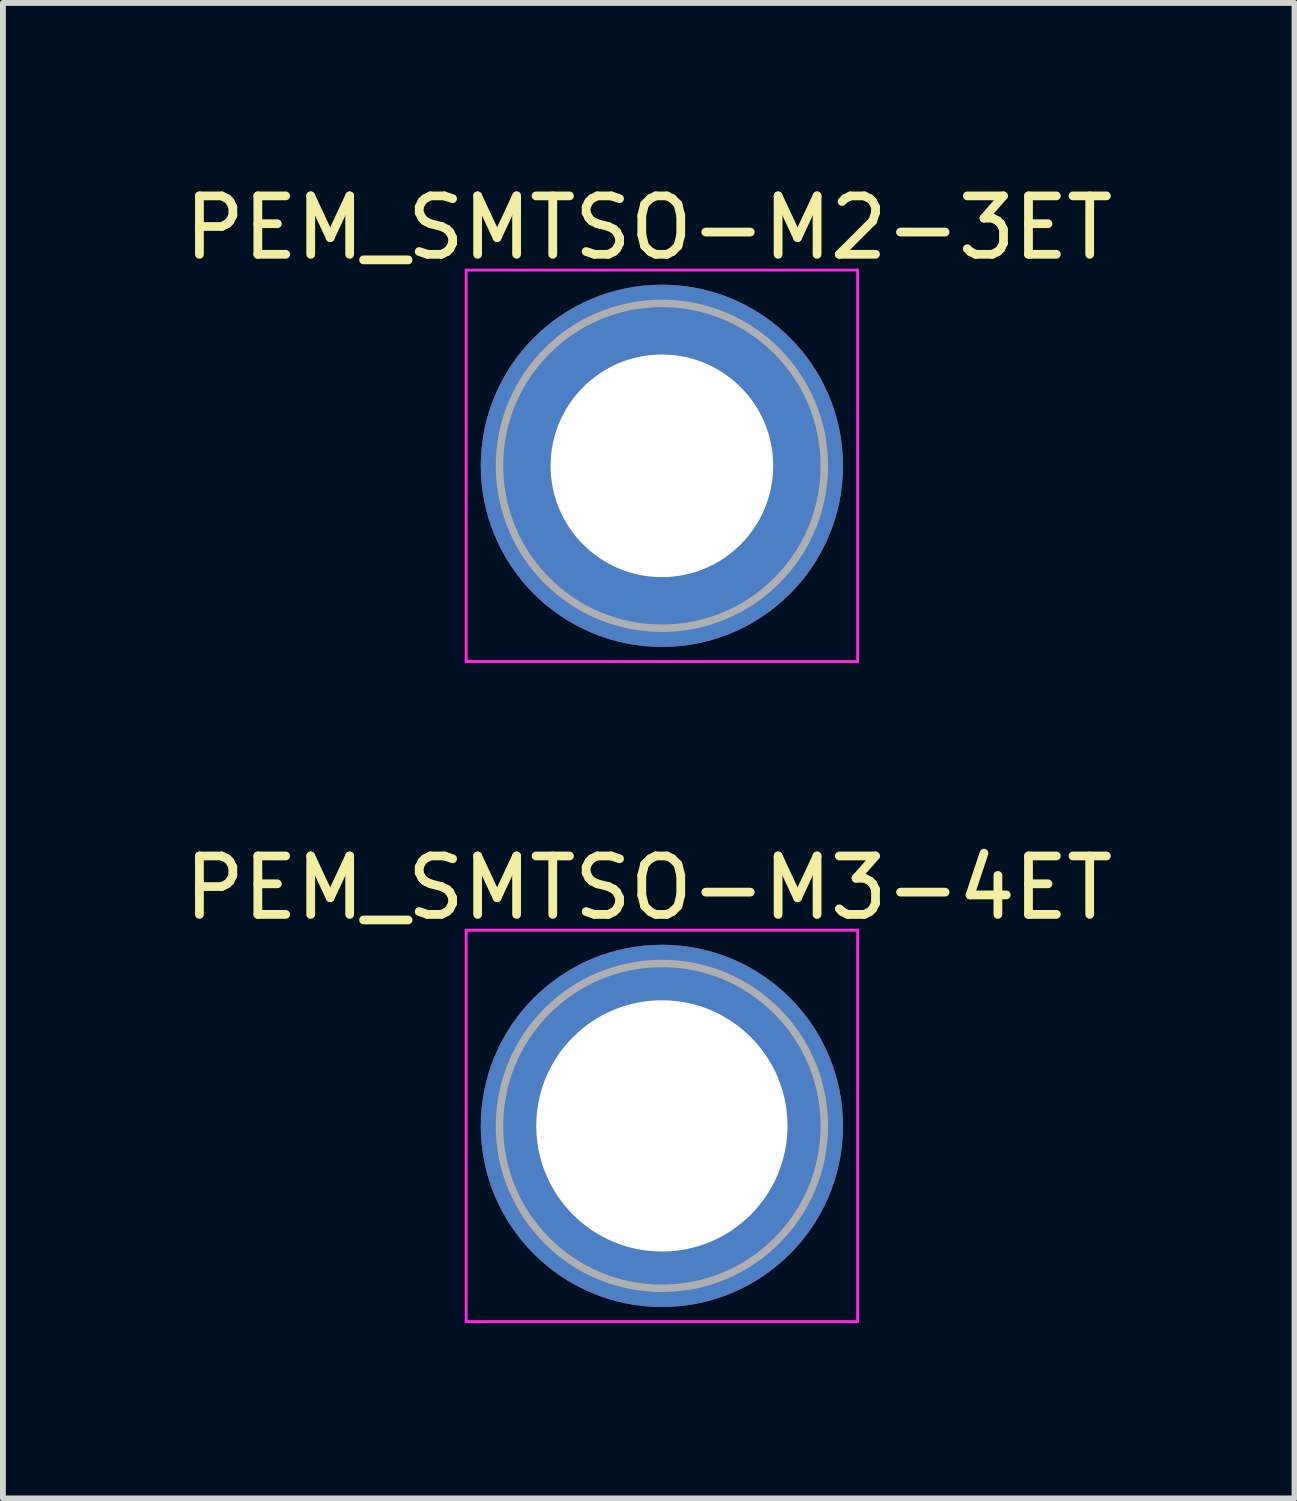
<source format=kicad_pcb>
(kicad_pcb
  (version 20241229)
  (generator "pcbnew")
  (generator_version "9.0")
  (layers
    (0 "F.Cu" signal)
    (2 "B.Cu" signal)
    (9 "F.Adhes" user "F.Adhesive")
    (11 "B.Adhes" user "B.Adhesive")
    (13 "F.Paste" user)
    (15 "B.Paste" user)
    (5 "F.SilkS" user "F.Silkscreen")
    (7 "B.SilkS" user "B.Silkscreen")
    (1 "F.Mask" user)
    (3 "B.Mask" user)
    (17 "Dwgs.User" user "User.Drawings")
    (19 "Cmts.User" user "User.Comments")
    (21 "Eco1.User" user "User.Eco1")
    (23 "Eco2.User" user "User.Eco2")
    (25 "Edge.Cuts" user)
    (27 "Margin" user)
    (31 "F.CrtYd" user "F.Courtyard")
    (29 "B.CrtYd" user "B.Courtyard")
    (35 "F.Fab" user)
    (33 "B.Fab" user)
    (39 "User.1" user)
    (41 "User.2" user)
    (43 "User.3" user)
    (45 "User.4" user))
  (footprint "PEM_SMTSO-M2-3ET"
    (layer "F.Cu")
    (at 8.279 4.923)
    (property "Reference" "PEM_SMTSO-M2-3ET" (at -0.225 -4.075 0) (layer "F.SilkS") (effects (font (size 1 1) (thickness 0.15))))
    (attr through_hole)
    (fp_circle (center -2.502 0) (end -2.204 0) (stroke (width 0.598) (type solid)) (fill no) (layer "F.Paste"))
    (fp_circle (center -1.77 -1.77) (end -1.471 -1.77) (stroke (width 0.598) (type solid)) (fill no) (layer "F.Paste"))
    (fp_circle (center -1.77 1.77) (end -1.471 1.77) (stroke (width 0.598) (type solid)) (fill no) (layer "F.Paste"))
    (fp_circle (center 0 -2.502) (end 0.299 -2.502) (stroke (width 0.598) (type solid)) (fill no) (layer "F.Paste"))
    (fp_circle (center 0 2.502) (end 0.299 2.502) (stroke (width 0.598) (type solid)) (fill no) (layer "F.Paste"))
    (fp_circle (center 1.77 -1.77) (end 2.068 -1.77) (stroke (width 0.598) (type solid)) (fill no) (layer "F.Paste"))
    (fp_circle (center 1.77 1.77) (end 2.068 1.77) (stroke (width 0.598) (type solid)) (fill no) (layer "F.Paste"))
    (fp_circle (center 2.502 0) (end 2.801 0) (stroke (width 0.598) (type solid)) (fill no) (layer "F.Paste"))
    (fp_line (start -3.35 -3.35) (end 3.35 -3.35) (stroke (width 0.05) (type solid)) (layer "F.CrtYd"))
    (fp_line (start -3.35 3.35) (end -3.35 -3.35) (stroke (width 0.05) (type solid)) (layer "F.CrtYd"))
    (fp_line (start 3.35 -3.35) (end 3.35 3.35) (stroke (width 0.05) (type solid)) (layer "F.CrtYd"))
    (fp_line (start 3.35 3.35) (end -3.35 3.35) (stroke (width 0.05) (type solid)) (layer "F.CrtYd"))
    (fp_circle (center 0 0) (end 2.78 0) (stroke (width 0.127) (type solid)) (fill no) (layer "F.Fab"))
    (pad "1" thru_hole circle (at 0 0) (size 6.2 6.2) (drill 3.81) (layers "*.Cu" "*.Mask")))
  (footprint "PEM_SMTSO-M3-4ET"
    (layer "F.Cu")
    (at 8.279 16.221)
    (property "Reference" "PEM_SMTSO-M3-4ET" (at -0.225 -4.075 0) (layer "F.SilkS") (effects (font (size 1 1) (thickness 0.15))))
    (attr through_hole)
    (fp_circle (center -2.65 0) (end -2.49 0) (stroke (width 0.598) (type solid)) (fill yes) (layer "F.Paste"))
    (fp_circle (center -1.9 -1.85) (end -1.74 -1.85) (stroke (width 0.598) (type solid)) (fill yes) (layer "F.Paste"))
    (fp_circle (center -1.9 1.85) (end -1.74 1.85) (stroke (width 0.598) (type solid)) (fill yes) (layer "F.Paste"))
    (fp_circle (center 0 -2.65) (end 0.16 -2.65) (stroke (width 0.598) (type solid)) (fill yes) (layer "F.Paste"))
    (fp_circle (center 0 2.65) (end 0.16 2.65) (stroke (width 0.598) (type solid)) (fill yes) (layer "F.Paste"))
    (fp_circle (center 1.9 -1.85) (end 2.06 -1.85) (stroke (width 0.598) (type solid)) (fill yes) (layer "F.Paste"))
    (fp_circle (center 1.9 1.86) (end 2.06 1.86) (stroke (width 0.598) (type solid)) (fill yes) (layer "F.Paste"))
    (fp_circle (center 2.65 0) (end 2.81 0) (stroke (width 0.598) (type solid)) (fill yes) (layer "F.Paste"))
    (fp_line (start -3.35 -3.35) (end 3.35 -3.35) (stroke (width 0.05) (type solid)) (layer "F.CrtYd"))
    (fp_line (start -3.35 3.35) (end -3.35 -3.35) (stroke (width 0.05) (type solid)) (layer "F.CrtYd"))
    (fp_line (start 3.35 -3.35) (end 3.35 3.35) (stroke (width 0.05) (type solid)) (layer "F.CrtYd"))
    (fp_line (start 3.35 3.35) (end -3.35 3.35) (stroke (width 0.05) (type solid)) (layer "F.CrtYd"))
    (fp_circle (center 0 0) (end 2.78 0) (stroke (width 0.127) (type solid)) (fill no) (layer "F.Fab"))
    (pad "1" thru_hole circle (at 0 0) (size 6.2 6.2) (drill 4.3) (layers "*.Cu" "*.Mask")))
  (gr_rect
    (start -3 -3)
    (end 19.107 22.596)
    (stroke (width 0.1) (type default))
    (fill no)
    (layer "Edge.Cuts")))
</source>
